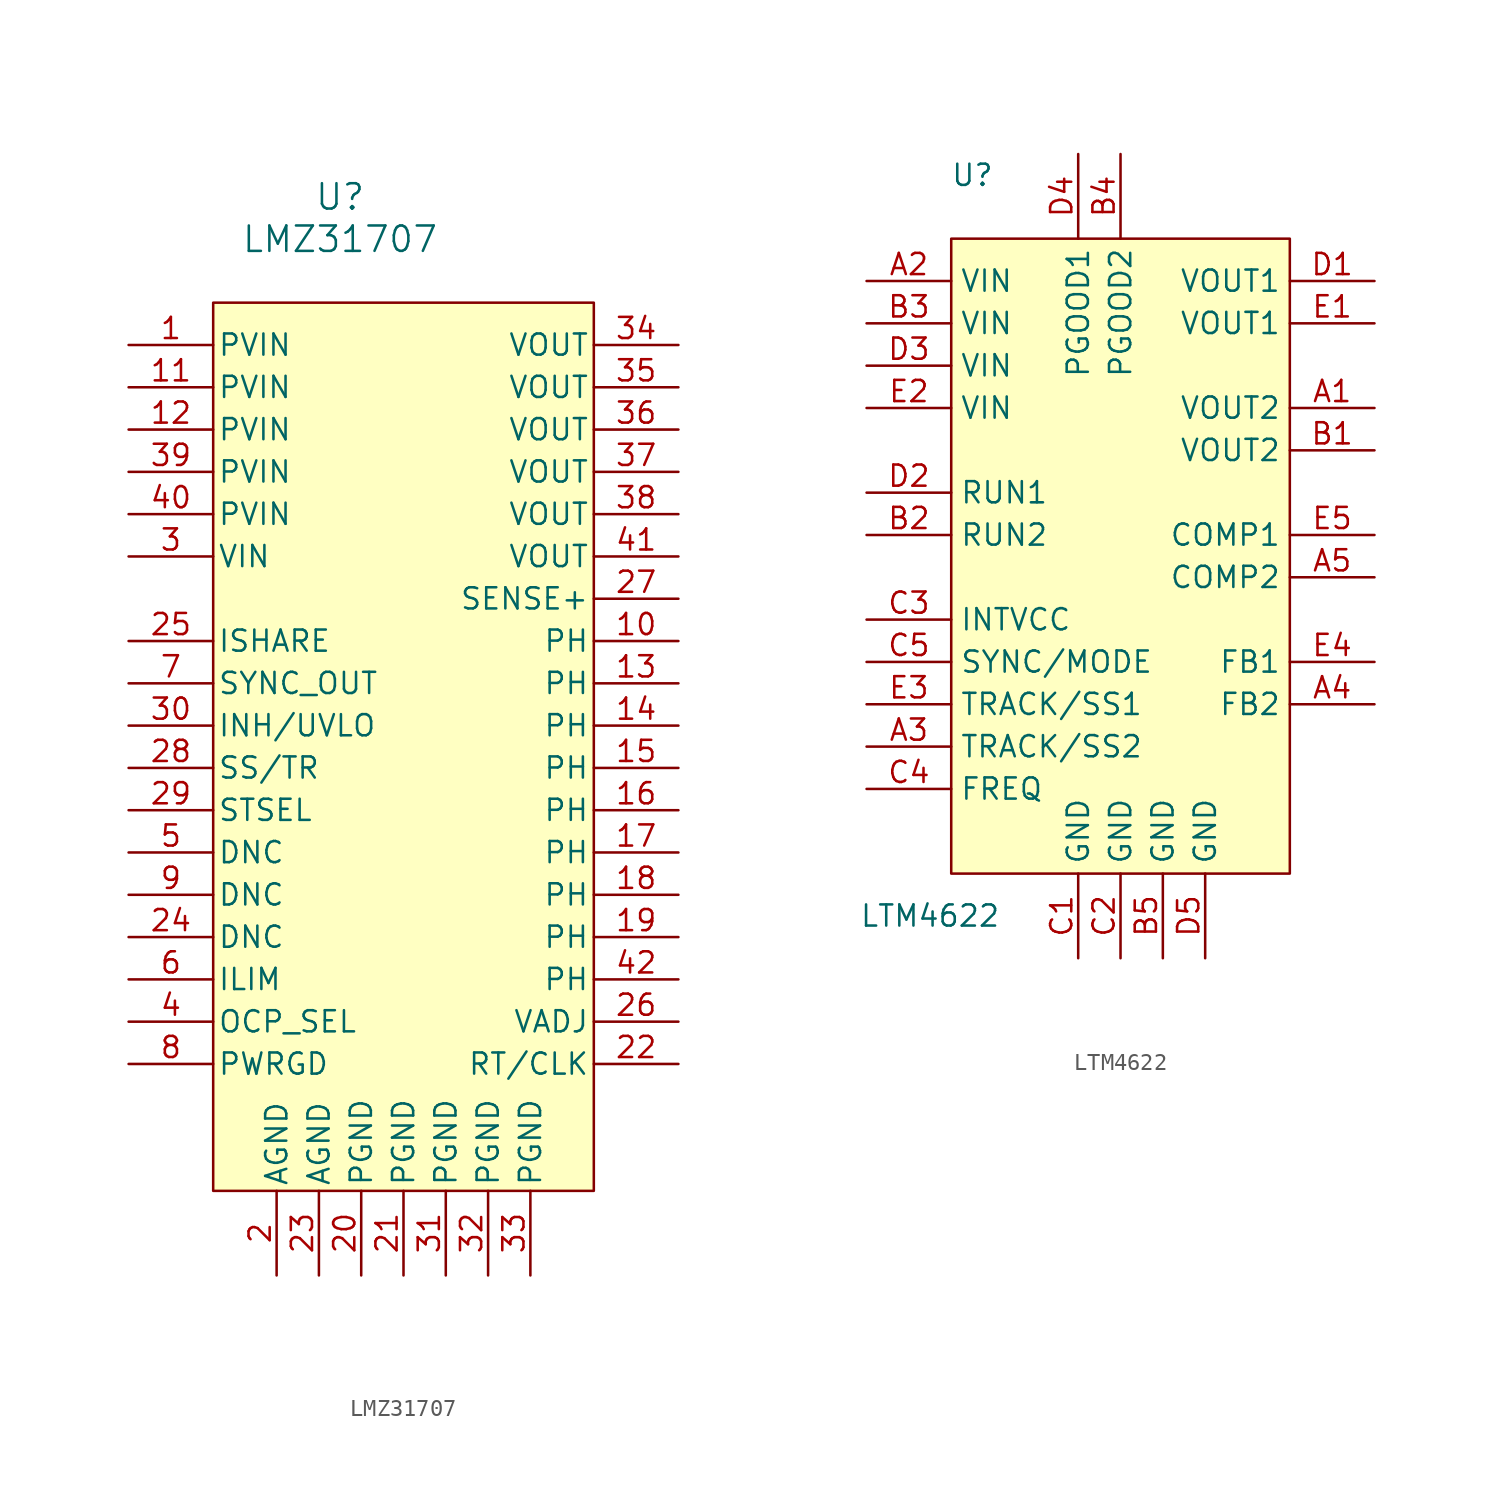
<source format=kicad_sym>
(kicad_symbol_lib
  (version 20201005)
  (generator kicad_symbol_editor)
  (symbol "DCDC_Converters:LMZ31707"
    (pin_names
      (offset 0.254))
    (property "Reference" "U"
      (at -3.81 24.13 0)
      (effects (font (size 1.524 1.524))))
    (property "Value" "LMZ31707"
      (at -3.81 21.59 0)
      (effects (font (size 1.524 1.524))))
    (property "Datasheet" ""
      (at -13.97 19.05 0)
      (effects (font (size 1.524 1.524))))
    (symbol "LMZ31707_0_1"
      (rectangle (start -11.43 17.78) (end 11.43 -35.56) (stroke (width 0)) (fill (type background))))
    (symbol "LMZ31707_1_0"
      (pin unspecified line (at -16.51 15.24 0) (length 5.08) (name "PVIN" (effects (font (size 1.27 1.27)))) (number "1" (effects (font (size 1.27 1.27)))))
      (pin unspecified line (at 16.51 -2.54 180) (length 5.08) (name "PH" (effects (font (size 1.27 1.27)))) (number "10" (effects (font (size 1.27 1.27)))))
      (pin unspecified line (at -16.51 12.7 0) (length 5.08) (name "PVIN" (effects (font (size 1.27 1.27)))) (number "11" (effects (font (size 1.27 1.27)))))
      (pin unspecified line (at -16.51 10.16 0) (length 5.08) (name "PVIN" (effects (font (size 1.27 1.27)))) (number "12" (effects (font (size 1.27 1.27)))))
      (pin unspecified line (at 16.51 -5.08 180) (length 5.08) (name "PH" (effects (font (size 1.27 1.27)))) (number "13" (effects (font (size 1.27 1.27)))))
      (pin unspecified line (at 16.51 -7.62 180) (length 5.08) (name "PH" (effects (font (size 1.27 1.27)))) (number "14" (effects (font (size 1.27 1.27)))))
      (pin unspecified line (at 16.51 -10.16 180) (length 5.08) (name "PH" (effects (font (size 1.27 1.27)))) (number "15" (effects (font (size 1.27 1.27)))))
      (pin unspecified line (at 16.51 -12.7 180) (length 5.08) (name "PH" (effects (font (size 1.27 1.27)))) (number "16" (effects (font (size 1.27 1.27)))))
      (pin unspecified line (at 16.51 -15.24 180) (length 5.08) (name "PH" (effects (font (size 1.27 1.27)))) (number "17" (effects (font (size 1.27 1.27)))))
      (pin unspecified line (at 16.51 -17.78 180) (length 5.08) (name "PH" (effects (font (size 1.27 1.27)))) (number "18" (effects (font (size 1.27 1.27)))))
      (pin unspecified line (at 16.51 -20.32 180) (length 5.08) (name "PH" (effects (font (size 1.27 1.27)))) (number "19" (effects (font (size 1.27 1.27)))))
      (pin power_in line (at -7.62 -40.64 90) (length 5.08) (name "AGND" (effects (font (size 1.27 1.27)))) (number "2" (effects (font (size 1.27 1.27)))))
      (pin unspecified line (at -2.54 -40.64 90) (length 5.08) (name "PGND" (effects (font (size 1.27 1.27)))) (number "20" (effects (font (size 1.27 1.27)))))
      (pin unspecified line (at 0 -40.64 90) (length 5.08) (name "PGND" (effects (font (size 1.27 1.27)))) (number "21" (effects (font (size 1.27 1.27)))))
      (pin unspecified line (at 16.51 -27.94 180) (length 5.08) (name "RT/CLK" (effects (font (size 1.27 1.27)))) (number "22" (effects (font (size 1.27 1.27)))))
      (pin power_in line (at -5.08 -40.64 90) (length 5.08) (name "AGND" (effects (font (size 1.27 1.27)))) (number "23" (effects (font (size 1.27 1.27)))))
      (pin unspecified line (at -16.51 -20.32 0) (length 5.08) (name "DNC" (effects (font (size 1.27 1.27)))) (number "24" (effects (font (size 1.27 1.27)))))
      (pin unspecified line (at -16.51 -2.54 0) (length 5.08) (name "ISHARE" (effects (font (size 1.27 1.27)))) (number "25" (effects (font (size 1.27 1.27)))))
      (pin unspecified line (at 16.51 -25.4 180) (length 5.08) (name "VADJ" (effects (font (size 1.27 1.27)))) (number "26" (effects (font (size 1.27 1.27)))))
      (pin unspecified line (at 16.51 0 180) (length 5.08) (name "SENSE+" (effects (font (size 1.27 1.27)))) (number "27" (effects (font (size 1.27 1.27)))))
      (pin unspecified line (at -16.51 -10.16 0) (length 5.08) (name "SS/TR" (effects (font (size 1.27 1.27)))) (number "28" (effects (font (size 1.27 1.27)))))
      (pin unspecified line (at -16.51 -12.7 0) (length 5.08) (name "STSEL" (effects (font (size 1.27 1.27)))) (number "29" (effects (font (size 1.27 1.27)))))
      (pin unspecified line (at -16.51 2.54 0) (length 5.08) (name "VIN" (effects (font (size 1.27 1.27)))) (number "3" (effects (font (size 1.27 1.27)))))
      (pin unspecified line (at -16.51 -7.62 0) (length 5.08) (name "INH/UVLO" (effects (font (size 1.27 1.27)))) (number "30" (effects (font (size 1.27 1.27)))))
      (pin unspecified line (at 2.54 -40.64 90) (length 5.08) (name "PGND" (effects (font (size 1.27 1.27)))) (number "31" (effects (font (size 1.27 1.27)))))
      (pin unspecified line (at 5.08 -40.64 90) (length 5.08) (name "PGND" (effects (font (size 1.27 1.27)))) (number "32" (effects (font (size 1.27 1.27)))))
      (pin unspecified line (at 7.62 -40.64 90) (length 5.08) (name "PGND" (effects (font (size 1.27 1.27)))) (number "33" (effects (font (size 1.27 1.27)))))
      (pin unspecified line (at 16.51 15.24 180) (length 5.08) (name "VOUT" (effects (font (size 1.27 1.27)))) (number "34" (effects (font (size 1.27 1.27)))))
      (pin unspecified line (at 16.51 12.7 180) (length 5.08) (name "VOUT" (effects (font (size 1.27 1.27)))) (number "35" (effects (font (size 1.27 1.27)))))
      (pin unspecified line (at 16.51 10.16 180) (length 5.08) (name "VOUT" (effects (font (size 1.27 1.27)))) (number "36" (effects (font (size 1.27 1.27)))))
      (pin unspecified line (at 16.51 7.62 180) (length 5.08) (name "VOUT" (effects (font (size 1.27 1.27)))) (number "37" (effects (font (size 1.27 1.27)))))
      (pin unspecified line (at 16.51 5.08 180) (length 5.08) (name "VOUT" (effects (font (size 1.27 1.27)))) (number "38" (effects (font (size 1.27 1.27)))))
      (pin unspecified line (at -16.51 7.62 0) (length 5.08) (name "PVIN" (effects (font (size 1.27 1.27)))) (number "39" (effects (font (size 1.27 1.27)))))
      (pin unspecified line (at -16.51 -25.4 0) (length 5.08) (name "OCP_SEL" (effects (font (size 1.27 1.27)))) (number "4" (effects (font (size 1.27 1.27)))))
      (pin unspecified line (at -16.51 5.08 0) (length 5.08) (name "PVIN" (effects (font (size 1.27 1.27)))) (number "40" (effects (font (size 1.27 1.27)))))
      (pin unspecified line (at 16.51 2.54 180) (length 5.08) (name "VOUT" (effects (font (size 1.27 1.27)))) (number "41" (effects (font (size 1.27 1.27)))))
      (pin unspecified line (at 16.51 -22.86 180) (length 5.08) (name "PH" (effects (font (size 1.27 1.27)))) (number "42" (effects (font (size 1.27 1.27)))))
      (pin unspecified line (at -16.51 -15.24 0) (length 5.08) (name "DNC" (effects (font (size 1.27 1.27)))) (number "5" (effects (font (size 1.27 1.27)))))
      (pin unspecified line (at -16.51 -22.86 0) (length 5.08) (name "ILIM" (effects (font (size 1.27 1.27)))) (number "6" (effects (font (size 1.27 1.27)))))
      (pin output line (at -16.51 -5.08 0) (length 5.08) (name "SYNC_OUT" (effects (font (size 1.27 1.27)))) (number "7" (effects (font (size 1.27 1.27)))))
      (pin unspecified line (at -16.51 -27.94 0) (length 5.08) (name "PWRGD" (effects (font (size 1.27 1.27)))) (number "8" (effects (font (size 1.27 1.27)))))
      (pin unspecified line (at -16.51 -17.78 0) (length 5.08) (name "DNC" (effects (font (size 1.27 1.27)))) (number "9" (effects (font (size 1.27 1.27)))))))
  (symbol "DCDC_Converters:LTM4622"
    (property "Reference" "U"
      (at -8.89 24.13 0)
      (effects (font (size 1.27 1.27))))
    (property "Value" "LTM4622"
      (at -11.43 -20.32 0)
      (effects (font (size 1.27 1.27))))
    (property "Footprint" ""
      (at 0 0 0)
      (effects (font (size 1.27 1.27))))
    (symbol "LTM4622_0_1"
      (rectangle (start -10.16 20.32) (end 10.16 -17.78) (stroke (width 0)) (fill (type background))))
    (symbol "LTM4622_1_1"
      (pin input line (at 15.24 10.16 180) (length 5.08) (name "VOUT2" (effects (font (size 1.27 1.27)))) (number "A1" (effects (font (size 1.27 1.27)))))
      (pin input line (at -15.24 17.78 0) (length 5.08) (name "VIN" (effects (font (size 1.27 1.27)))) (number "A2" (effects (font (size 1.27 1.27)))))
      (pin input line (at -15.24 -10.16 0) (length 5.08) (name "TRACK/SS2" (effects (font (size 1.27 1.27)))) (number "A3" (effects (font (size 1.27 1.27)))))
      (pin input line (at 15.24 -7.62 180) (length 5.08) (name "FB2" (effects (font (size 1.27 1.27)))) (number "A4" (effects (font (size 1.27 1.27)))))
      (pin input line (at 15.24 0 180) (length 5.08) (name "COMP2" (effects (font (size 1.27 1.27)))) (number "A5" (effects (font (size 1.27 1.27)))))
      (pin input line (at 15.24 7.62 180) (length 5.08) (name "VOUT2" (effects (font (size 1.27 1.27)))) (number "B1" (effects (font (size 1.27 1.27)))))
      (pin input line (at -15.24 2.54 0) (length 5.08) (name "RUN2" (effects (font (size 1.27 1.27)))) (number "B2" (effects (font (size 1.27 1.27)))))
      (pin input line (at -15.24 15.24 0) (length 5.08) (name "VIN" (effects (font (size 1.27 1.27)))) (number "B3" (effects (font (size 1.27 1.27)))))
      (pin input line (at 0 25.4 270) (length 5.08) (name "PGOOD2" (effects (font (size 1.27 1.27)))) (number "B4" (effects (font (size 1.27 1.27)))))
      (pin input line (at 2.54 -22.86 90) (length 5.08) (name "GND" (effects (font (size 1.27 1.27)))) (number "B5" (effects (font (size 1.27 1.27)))))
      (pin input line (at -2.54 -22.86 90) (length 5.08) (name "GND" (effects (font (size 1.27 1.27)))) (number "C1" (effects (font (size 1.27 1.27)))))
      (pin input line (at 0 -22.86 90) (length 5.08) (name "GND" (effects (font (size 1.27 1.27)))) (number "C2" (effects (font (size 1.27 1.27)))))
      (pin input line (at -15.24 -2.54 0) (length 5.08) (name "INTVCC" (effects (font (size 1.27 1.27)))) (number "C3" (effects (font (size 1.27 1.27)))))
      (pin input line (at -15.24 -12.7 0) (length 5.08) (name "FREQ" (effects (font (size 1.27 1.27)))) (number "C4" (effects (font (size 1.27 1.27)))))
      (pin input line (at -15.24 -5.08 0) (length 5.08) (name "SYNC/MODE" (effects (font (size 1.27 1.27)))) (number "C5" (effects (font (size 1.27 1.27)))))
      (pin input line (at 15.24 17.78 180) (length 5.08) (name "VOUT1" (effects (font (size 1.27 1.27)))) (number "D1" (effects (font (size 1.27 1.27)))))
      (pin input line (at -15.24 5.08 0) (length 5.08) (name "RUN1" (effects (font (size 1.27 1.27)))) (number "D2" (effects (font (size 1.27 1.27)))))
      (pin input line (at -15.24 12.7 0) (length 5.08) (name "VIN" (effects (font (size 1.27 1.27)))) (number "D3" (effects (font (size 1.27 1.27)))))
      (pin input line (at -2.54 25.4 270) (length 5.08) (name "PGOOD1" (effects (font (size 1.27 1.27)))) (number "D4" (effects (font (size 1.27 1.27)))))
      (pin input line (at 5.08 -22.86 90) (length 5.08) (name "GND" (effects (font (size 1.27 1.27)))) (number "D5" (effects (font (size 1.27 1.27)))))
      (pin input line (at 15.24 15.24 180) (length 5.08) (name "VOUT1" (effects (font (size 1.27 1.27)))) (number "E1" (effects (font (size 1.27 1.27)))))
      (pin input line (at -15.24 10.16 0) (length 5.08) (name "VIN" (effects (font (size 1.27 1.27)))) (number "E2" (effects (font (size 1.27 1.27)))))
      (pin input line (at -15.24 -7.62 0) (length 5.08) (name "TRACK/SS1" (effects (font (size 1.27 1.27)))) (number "E3" (effects (font (size 1.27 1.27)))))
      (pin input line (at 15.24 -5.08 180) (length 5.08) (name "FB1" (effects (font (size 1.27 1.27)))) (number "E4" (effects (font (size 1.27 1.27)))))
      (pin input line (at 15.24 2.54 180) (length 5.08) (name "COMP1" (effects (font (size 1.27 1.27)))) (number "E5" (effects (font (size 1.27 1.27))))))))
</source>
